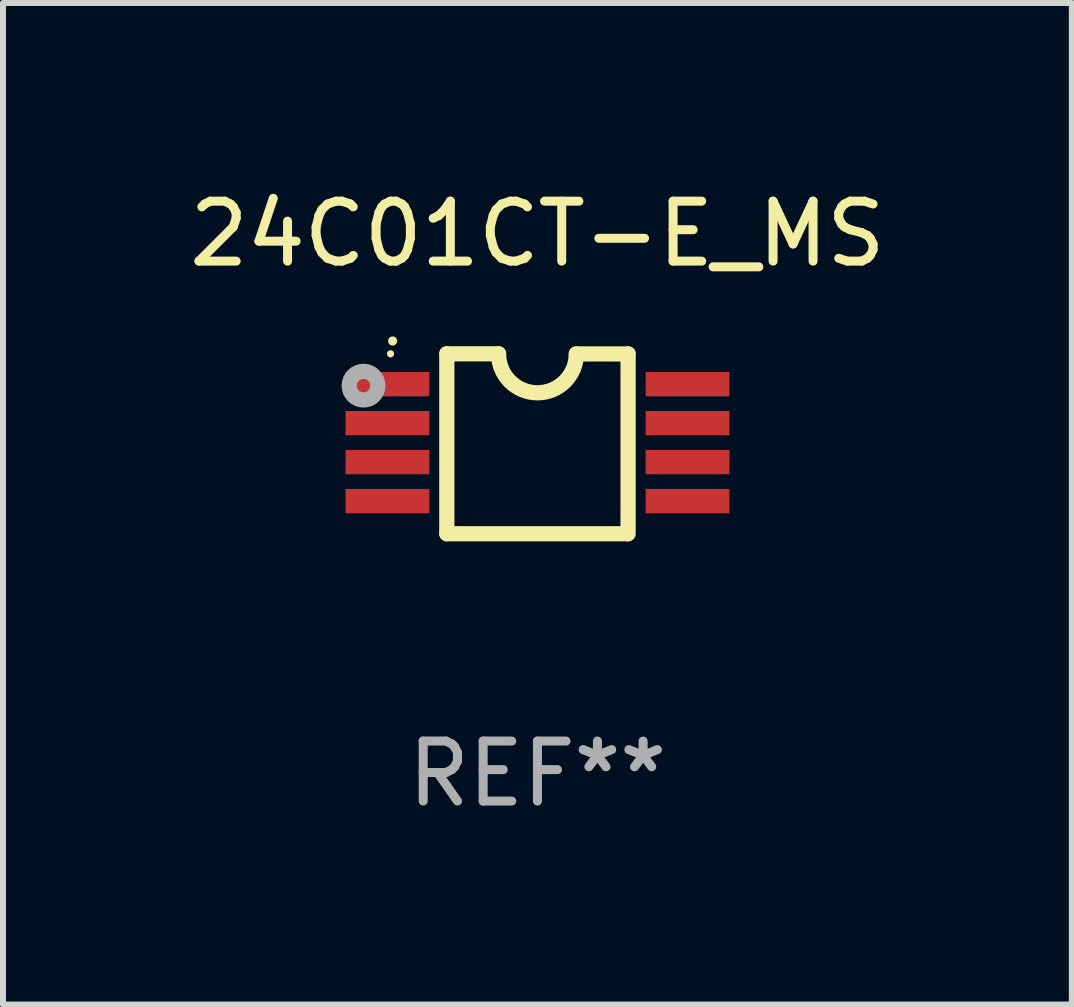
<source format=kicad_pcb>
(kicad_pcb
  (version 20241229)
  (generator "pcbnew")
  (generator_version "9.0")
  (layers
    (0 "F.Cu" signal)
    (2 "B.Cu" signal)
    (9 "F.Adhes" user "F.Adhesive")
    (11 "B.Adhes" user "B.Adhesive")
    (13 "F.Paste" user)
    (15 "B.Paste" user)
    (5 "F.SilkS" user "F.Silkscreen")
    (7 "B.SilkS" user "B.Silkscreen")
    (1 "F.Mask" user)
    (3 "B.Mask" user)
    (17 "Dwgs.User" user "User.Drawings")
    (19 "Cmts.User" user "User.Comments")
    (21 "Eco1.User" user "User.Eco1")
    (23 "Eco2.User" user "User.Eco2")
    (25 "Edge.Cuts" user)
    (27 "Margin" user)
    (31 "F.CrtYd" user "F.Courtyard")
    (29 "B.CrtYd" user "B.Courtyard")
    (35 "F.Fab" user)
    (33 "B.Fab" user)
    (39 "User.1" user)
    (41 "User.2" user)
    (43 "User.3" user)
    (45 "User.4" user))
  (footprint "24C01CT-E_MS"
    (layer "F.Cu")
    (at 5.911 4.35)
    (property "Reference" "24C01CT-E_MS" (at 0 -3.501 0) (layer "F.SilkS") (effects (font (size 1 1) (thickness 0.15))))
    (attr through_hole)
    (fp_line (start -1.511 -1.501) (end -1.511 1.499) (stroke (width 0.254) (type solid)) (layer "F.SilkS"))
    (fp_line (start -1.511 -1.501) (end -0.648 -1.501) (stroke (width 0.254) (type solid)) (layer "F.SilkS"))
    (fp_line (start -1.511 1.499) (end 1.489 1.499) (stroke (width 0.254) (type solid)) (layer "F.SilkS"))
    (fp_line (start 0.648 -1.499) (end 1.511 -1.499) (stroke (width 0.254) (type solid)) (layer "F.SilkS"))
    (fp_line (start 1.511 -1.499) (end 1.511 1.501) (stroke (width 0.254) (type solid)) (layer "F.SilkS"))
    (fp_arc (start -2.41491 -1.713233) (mid -2.414916 -1.714503) (end -2.41491 -1.715773) (stroke (width 0.150013) (type solid)) (layer "F.SilkS"))
    (fp_arc (start 0.647803 -1.498603) (mid 0.000102 -0.850902) (end -0.647599 -1.498603) (stroke (width 0.254001) (type solid)) (layer "F.SilkS"))
    (fp_circle (center -2.45 -1.501) (end -2.42 -1.501) (stroke (width 0.06) (type solid)) (fill no) (layer "F.SilkS"))
    (fp_circle (center -2.9 -0.97) (end -2.788 -0.97) (stroke (width 0.254) (type solid)) (fill no) (layer "F.Fab"))
    (fp_text user "REF**" (at 0 5.501 0) (layer "F.Fab") (effects (font (size 1 1) (thickness 0.15))))
    (pad "1" smd rect (at -2.502 -0.995) (size 1.397 0.406) (layers "F.Cu" "F.Mask" "F.Paste"))
    (pad "2" smd rect (at -2.502 -0.345) (size 1.397 0.406) (layers "F.Cu" "F.Mask" "F.Paste"))
    (pad "3" smd rect (at -2.502 0.305) (size 1.397 0.406) (layers "F.Cu" "F.Mask" "F.Paste"))
    (pad "4" smd rect (at -2.502 0.955) (size 1.397 0.406) (layers "F.Cu" "F.Mask" "F.Paste"))
    (pad "5" smd rect (at 2.502 0.955) (size 1.397 0.406) (layers "F.Cu" "F.Mask" "F.Paste"))
    (pad "6" smd rect (at 2.502 0.305) (size 1.397 0.406) (layers "F.Cu" "F.Mask" "F.Paste"))
    (pad "7" smd rect (at 2.502 -0.345) (size 1.397 0.406) (layers "F.Cu" "F.Mask" "F.Paste"))
    (pad "8" smd rect (at 2.502 -0.995) (size 1.397 0.406) (layers "F.Cu" "F.Mask" "F.Paste")))
  (gr_rect
    (start -3 -3)
    (end 14.821 13.699)
    (stroke (width 0.1) (type default))
    (fill no)
    (layer "Edge.Cuts")))
</source>
